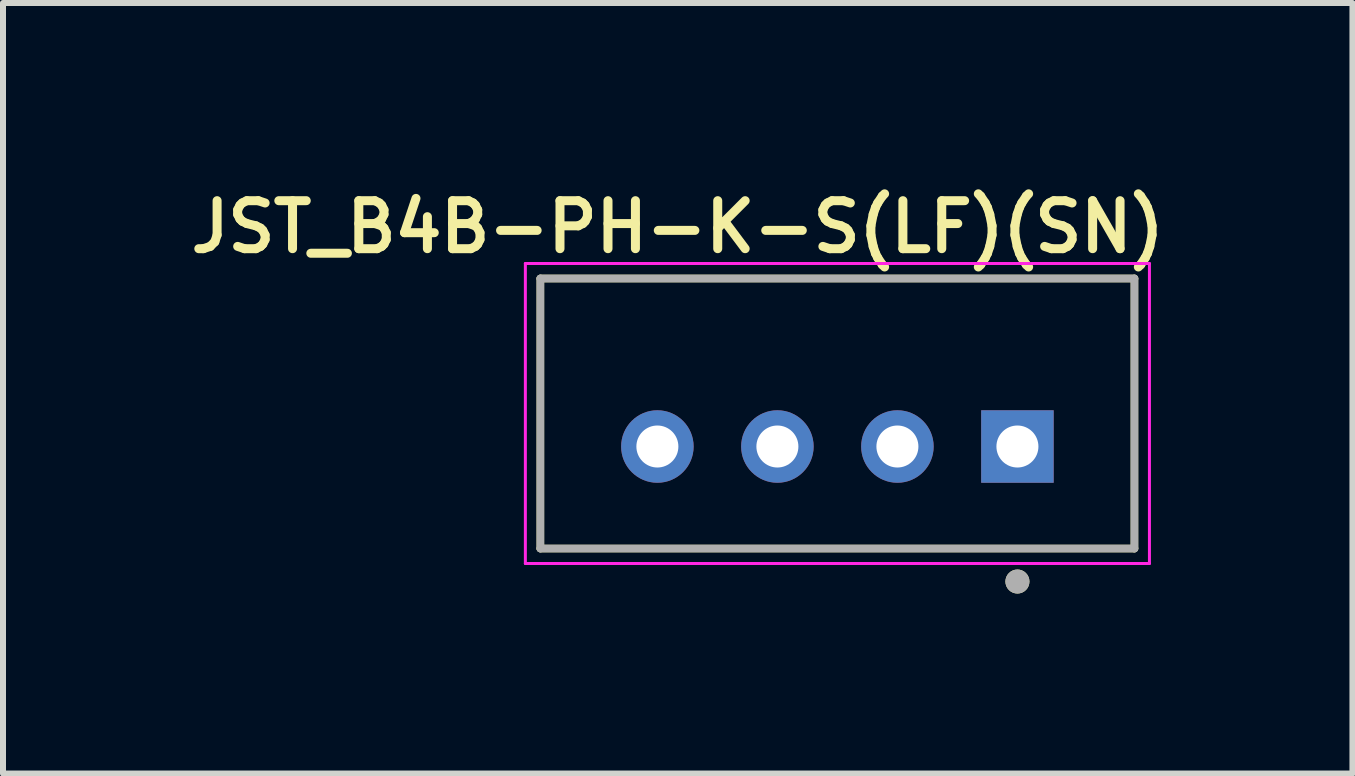
<source format=kicad_pcb>
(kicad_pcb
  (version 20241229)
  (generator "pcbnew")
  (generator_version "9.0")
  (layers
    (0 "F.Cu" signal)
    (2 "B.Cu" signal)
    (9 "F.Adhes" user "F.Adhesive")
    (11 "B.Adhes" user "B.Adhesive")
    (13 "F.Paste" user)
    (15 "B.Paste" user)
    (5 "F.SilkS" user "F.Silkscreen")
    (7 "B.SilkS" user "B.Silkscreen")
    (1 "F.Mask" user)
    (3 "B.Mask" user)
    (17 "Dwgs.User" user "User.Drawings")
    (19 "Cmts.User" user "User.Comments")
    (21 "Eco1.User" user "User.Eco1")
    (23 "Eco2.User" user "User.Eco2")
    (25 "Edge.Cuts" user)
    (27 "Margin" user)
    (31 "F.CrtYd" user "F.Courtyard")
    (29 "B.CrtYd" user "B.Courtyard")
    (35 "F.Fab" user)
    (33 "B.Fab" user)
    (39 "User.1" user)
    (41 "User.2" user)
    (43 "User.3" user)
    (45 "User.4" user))
  (footprint "JST_B4B-PH-K-S(LF)(SN)"
    (layer "F.Cu")
    (at 10.905 3.841)
    (property "Reference" "JST_B4B-PH-K-S(LF)(SN)" (at -2.661 -3.109 0) (layer "F.SilkS") (effects (font (size 0.8 0.8) (thickness 0.15))))
    (attr through_hole)
    (fp_line (start -4.95 -2.25) (end 4.95 -2.25) (stroke (width 0.127) (type solid)) (layer "F.SilkS"))
    (fp_line (start -4.95 2.25) (end -4.95 -2.25) (stroke (width 0.127) (type solid)) (layer "F.SilkS"))
    (fp_line (start 4.95 -2.25) (end 4.95 2.25) (stroke (width 0.127) (type solid)) (layer "F.SilkS"))
    (fp_line (start 4.95 2.25) (end -4.95 2.25) (stroke (width 0.127) (type solid)) (layer "F.SilkS"))
    (fp_circle (center 3 2.8) (end 3.1 2.8) (stroke (width 0.2) (type solid)) (fill no) (layer "F.SilkS"))
    (fp_line (start -5.2 -2.5) (end 5.2 -2.5) (stroke (width 0.05) (type solid)) (layer "F.CrtYd"))
    (fp_line (start -5.2 2.5) (end -5.2 -2.5) (stroke (width 0.05) (type solid)) (layer "F.CrtYd"))
    (fp_line (start 5.2 -2.5) (end 5.2 2.5) (stroke (width 0.05) (type solid)) (layer "F.CrtYd"))
    (fp_line (start 5.2 2.5) (end -5.2 2.5) (stroke (width 0.05) (type solid)) (layer "F.CrtYd"))
    (fp_line (start -4.95 -2.25) (end 4.95 -2.25) (stroke (width 0.127) (type solid)) (layer "F.Fab"))
    (fp_line (start -4.95 2.25) (end -4.95 -2.25) (stroke (width 0.127) (type solid)) (layer "F.Fab"))
    (fp_line (start 4.95 -2.25) (end 4.95 2.25) (stroke (width 0.127) (type solid)) (layer "F.Fab"))
    (fp_line (start 4.95 2.25) (end -4.95 2.25) (stroke (width 0.127) (type solid)) (layer "F.Fab"))
    (fp_circle (center 3 2.8) (end 3.1 2.8) (stroke (width 0.2) (type solid)) (fill no) (layer "F.Fab"))
    (pad "1" thru_hole rect (at 3 0.55) (size 1.208 1.208) (drill 0.7) (layers "*.Cu" "*.Mask"))
    (pad "2" thru_hole circle (at 1 0.55) (size 1.208 1.208) (drill 0.7) (layers "*.Cu" "*.Mask"))
    (pad "3" thru_hole circle (at -1 0.55) (size 1.208 1.208) (drill 0.7) (layers "*.Cu" "*.Mask"))
    (pad "4" thru_hole circle (at -3 0.55) (size 1.208 1.208) (drill 0.7) (layers "*.Cu" "*.Mask")))
  (gr_rect
    (start -3 -3)
    (end 19.488 9.841)
    (stroke (width 0.1) (type default))
    (fill no)
    (layer "Edge.Cuts")))
</source>
